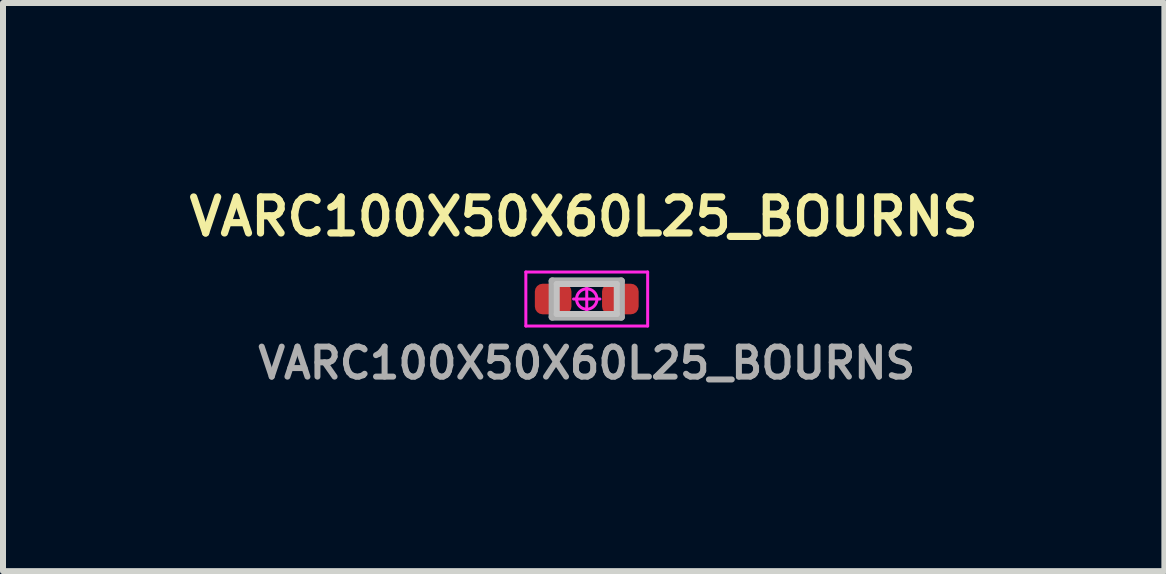
<source format=kicad_pcb>
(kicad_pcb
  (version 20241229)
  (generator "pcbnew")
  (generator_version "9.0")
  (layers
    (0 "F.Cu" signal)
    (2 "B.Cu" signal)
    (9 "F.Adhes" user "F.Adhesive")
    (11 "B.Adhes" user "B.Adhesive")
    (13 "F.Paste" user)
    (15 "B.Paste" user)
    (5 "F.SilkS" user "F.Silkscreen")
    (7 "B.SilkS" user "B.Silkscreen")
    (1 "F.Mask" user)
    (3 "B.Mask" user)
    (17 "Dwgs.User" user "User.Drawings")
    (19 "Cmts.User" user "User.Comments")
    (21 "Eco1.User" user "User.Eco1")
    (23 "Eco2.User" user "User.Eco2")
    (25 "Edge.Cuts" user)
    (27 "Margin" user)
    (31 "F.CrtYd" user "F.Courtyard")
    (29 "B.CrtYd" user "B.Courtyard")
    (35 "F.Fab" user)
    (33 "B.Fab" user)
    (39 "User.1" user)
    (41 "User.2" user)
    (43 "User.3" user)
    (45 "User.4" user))
  (footprint "VARC100X50X60L25_BOURNS"
    (layer "F.Cu")
    (at 6.728 1.933)
    (property "Reference" "VARC100X50X60L25_BOURNS" (at -0.051 -1.372 0) (layer "F.SilkS") (effects (font (size 0.6 0.6) (thickness 0.12))))
    (attr smd)
    (fp_line (start -0.5 -0.25) (end 0.5 -0.25) (stroke (width 0.1) (type solid)) (layer "Dwgs.User"))
    (fp_line (start -0.5 0.25) (end -0.5 -0.25) (stroke (width 0.1) (type solid)) (layer "Dwgs.User"))
    (fp_line (start 0.5 -0.25) (end 0.5 0.25) (stroke (width 0.1) (type solid)) (layer "Dwgs.User"))
    (fp_line (start 0.5 0.25) (end -0.5 0.25) (stroke (width 0.1) (type solid)) (layer "Dwgs.User"))
    (fp_line (start -1.015 -0.45) (end 1.015 -0.45) (stroke (width 0.05) (type solid)) (layer "F.CrtYd"))
    (fp_line (start -1.015 0.45) (end -1.015 -0.45) (stroke (width 0.05) (type solid)) (layer "F.CrtYd"))
    (fp_line (start 0 -0.22) (end 0 0.22) (stroke (width 0.05) (type solid)) (layer "F.CrtYd"))
    (fp_line (start 0.22 0) (end -0.22 0) (stroke (width 0.05) (type solid)) (layer "F.CrtYd"))
    (fp_line (start 1.015 -0.45) (end 1.015 0.45) (stroke (width 0.05) (type solid)) (layer "F.CrtYd"))
    (fp_line (start 1.015 0.45) (end -1.015 0.45) (stroke (width 0.05) (type solid)) (layer "F.CrtYd"))
    (fp_circle (center 0 0) (end 0 0.17) (stroke (width 0.05) (type solid)) (fill no) (layer "F.CrtYd"))
    (fp_line (start -0.575 -0.3) (end 0.575 -0.3) (stroke (width 0.12) (type solid)) (layer "F.Fab"))
    (fp_line (start -0.575 0.3) (end -0.575 -0.3) (stroke (width 0.12) (type solid)) (layer "F.Fab"))
    (fp_line (start 0.575 -0.3) (end 0.575 0.3) (stroke (width 0.12) (type solid)) (layer "F.Fab"))
    (fp_line (start 0.575 0.3) (end -0.575 0.3) (stroke (width 0.12) (type solid)) (layer "F.Fab"))
    (fp_text user "${REFERENCE}" (at 0 1.067 0) (layer "F.Fab") (effects (font (size 0.5 0.5) (thickness 0.1))))
    (pad "1" smd roundrect (at -0.56 0) (size 0.61 0.51) (layers "F.Cu" "F.Mask" "F.Paste") (roundrect_rratio 0.255))
    (pad "2" smd roundrect (at 0.56 0) (size 0.61 0.51) (layers "F.Cu" "F.Mask" "F.Paste") (roundrect_rratio 0.255)))
  (gr_rect
    (start -3 -3)
    (end 16.354 6.468)
    (stroke (width 0.1) (type default))
    (fill no)
    (layer "Edge.Cuts")))
</source>
